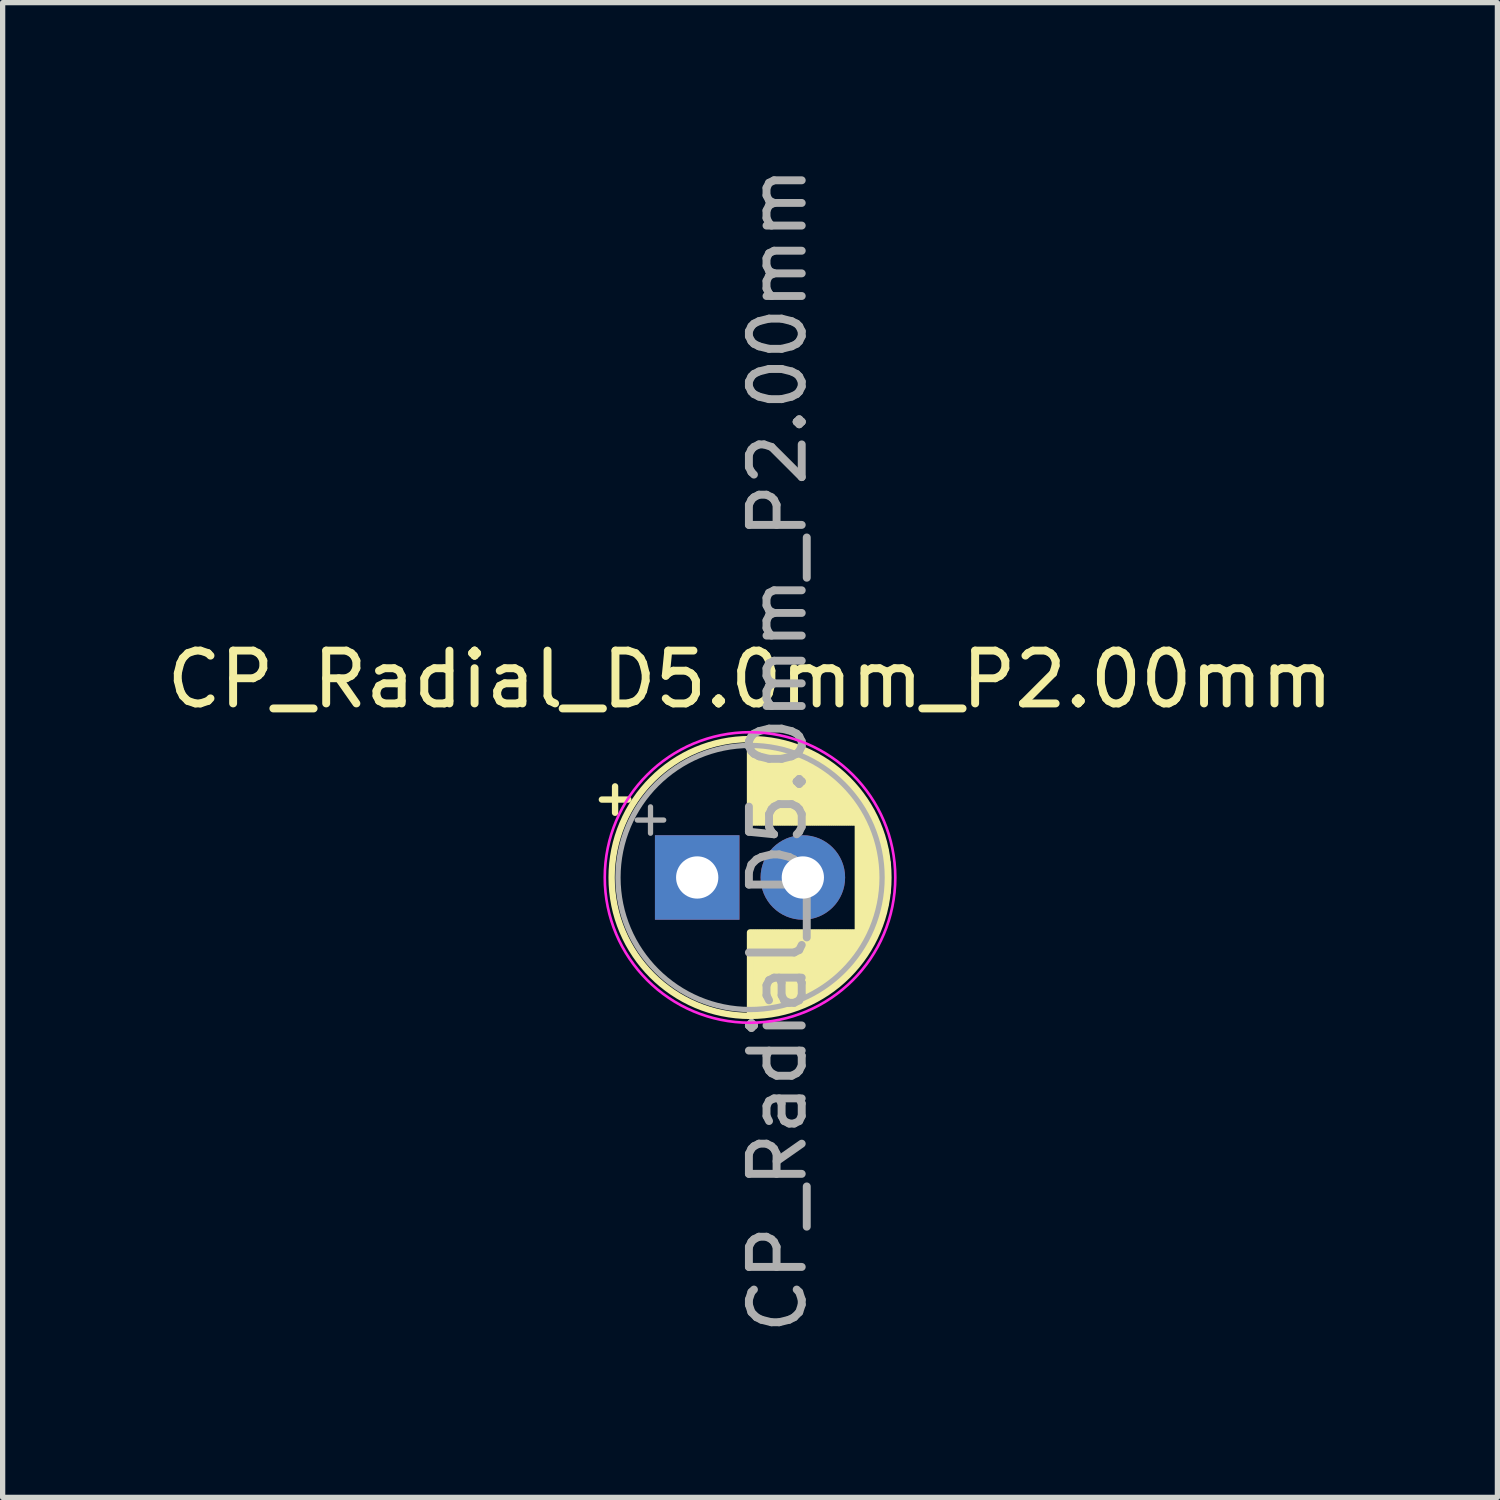
<source format=kicad_pcb>
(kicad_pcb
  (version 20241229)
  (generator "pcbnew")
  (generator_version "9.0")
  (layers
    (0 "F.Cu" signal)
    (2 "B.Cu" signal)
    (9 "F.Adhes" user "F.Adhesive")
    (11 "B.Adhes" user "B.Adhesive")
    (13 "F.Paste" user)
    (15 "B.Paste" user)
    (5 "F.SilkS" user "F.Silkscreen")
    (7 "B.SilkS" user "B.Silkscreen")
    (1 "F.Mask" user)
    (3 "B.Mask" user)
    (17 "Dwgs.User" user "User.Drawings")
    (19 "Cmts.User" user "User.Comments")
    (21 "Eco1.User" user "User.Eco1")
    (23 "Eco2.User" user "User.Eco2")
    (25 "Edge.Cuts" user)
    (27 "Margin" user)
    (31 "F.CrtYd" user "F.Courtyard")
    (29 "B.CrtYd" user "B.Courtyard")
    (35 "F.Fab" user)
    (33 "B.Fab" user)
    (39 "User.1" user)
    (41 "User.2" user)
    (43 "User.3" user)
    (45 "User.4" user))
  (footprint "CP_Radial_D5.0mm_P2.00mm"
    (layer "F.Cu")
    (at 10.149 13.562)
    (property "Reference" "CP_Radial_D5.0mm_P2.00mm" (at 1 -3.75 180) (layer "F.SilkS") (effects (font (size 1 1) (thickness 0.15))))
    (attr through_hole)
    (fp_line (start -1.805 -1.475) (end -1.305 -1.475) (stroke (width 0.12) (type solid)) (layer "F.SilkS"))
    (fp_line (start -1.555 -1.725) (end -1.555 -1.225) (stroke (width 0.12) (type solid)) (layer "F.SilkS"))
    (fp_line (start 1 -2.58) (end 1 -1.04) (stroke (width 0.12) (type solid)) (layer "F.SilkS"))
    (fp_line (start 1 1.04) (end 1 2.58) (stroke (width 0.12) (type solid)) (layer "F.SilkS"))
    (fp_line (start 1.04 -2.58) (end 1.04 -1.04) (stroke (width 0.12) (type solid)) (layer "F.SilkS"))
    (fp_line (start 1.04 1.04) (end 1.04 2.58) (stroke (width 0.12) (type solid)) (layer "F.SilkS"))
    (fp_line (start 1.08 -2.579) (end 1.08 -1.04) (stroke (width 0.12) (type solid)) (layer "F.SilkS"))
    (fp_line (start 1.08 1.04) (end 1.08 2.579) (stroke (width 0.12) (type solid)) (layer "F.SilkS"))
    (fp_line (start 1.12 -2.578) (end 1.12 -1.04) (stroke (width 0.12) (type solid)) (layer "F.SilkS"))
    (fp_line (start 1.12 1.04) (end 1.12 2.578) (stroke (width 0.12) (type solid)) (layer "F.SilkS"))
    (fp_line (start 1.16 -2.576) (end 1.16 -1.04) (stroke (width 0.12) (type solid)) (layer "F.SilkS"))
    (fp_line (start 1.16 1.04) (end 1.16 2.576) (stroke (width 0.12) (type solid)) (layer "F.SilkS"))
    (fp_line (start 1.2 -2.573) (end 1.2 -1.04) (stroke (width 0.12) (type solid)) (layer "F.SilkS"))
    (fp_line (start 1.2 1.04) (end 1.2 2.573) (stroke (width 0.12) (type solid)) (layer "F.SilkS"))
    (fp_line (start 1.24 -2.569) (end 1.24 -1.04) (stroke (width 0.12) (type solid)) (layer "F.SilkS"))
    (fp_line (start 1.24 1.04) (end 1.24 2.569) (stroke (width 0.12) (type solid)) (layer "F.SilkS"))
    (fp_line (start 1.28 -2.565) (end 1.28 -1.04) (stroke (width 0.12) (type solid)) (layer "F.SilkS"))
    (fp_line (start 1.28 1.04) (end 1.28 2.565) (stroke (width 0.12) (type solid)) (layer "F.SilkS"))
    (fp_line (start 1.32 -2.561) (end 1.32 -1.04) (stroke (width 0.12) (type solid)) (layer "F.SilkS"))
    (fp_line (start 1.32 1.04) (end 1.32 2.561) (stroke (width 0.12) (type solid)) (layer "F.SilkS"))
    (fp_line (start 1.36 -2.556) (end 1.36 -1.04) (stroke (width 0.12) (type solid)) (layer "F.SilkS"))
    (fp_line (start 1.36 1.04) (end 1.36 2.556) (stroke (width 0.12) (type solid)) (layer "F.SilkS"))
    (fp_line (start 1.4 -2.55) (end 1.4 -1.04) (stroke (width 0.12) (type solid)) (layer "F.SilkS"))
    (fp_line (start 1.4 1.04) (end 1.4 2.55) (stroke (width 0.12) (type solid)) (layer "F.SilkS"))
    (fp_line (start 1.44 -2.543) (end 1.44 -1.04) (stroke (width 0.12) (type solid)) (layer "F.SilkS"))
    (fp_line (start 1.44 1.04) (end 1.44 2.543) (stroke (width 0.12) (type solid)) (layer "F.SilkS"))
    (fp_line (start 1.48 -2.536) (end 1.48 -1.04) (stroke (width 0.12) (type solid)) (layer "F.SilkS"))
    (fp_line (start 1.48 1.04) (end 1.48 2.536) (stroke (width 0.12) (type solid)) (layer "F.SilkS"))
    (fp_line (start 1.52 -2.528) (end 1.52 -1.04) (stroke (width 0.12) (type solid)) (layer "F.SilkS"))
    (fp_line (start 1.52 1.04) (end 1.52 2.528) (stroke (width 0.12) (type solid)) (layer "F.SilkS"))
    (fp_line (start 1.56 -2.52) (end 1.56 -1.04) (stroke (width 0.12) (type solid)) (layer "F.SilkS"))
    (fp_line (start 1.56 1.04) (end 1.56 2.52) (stroke (width 0.12) (type solid)) (layer "F.SilkS"))
    (fp_line (start 1.6 -2.511) (end 1.6 -1.04) (stroke (width 0.12) (type solid)) (layer "F.SilkS"))
    (fp_line (start 1.6 1.04) (end 1.6 2.511) (stroke (width 0.12) (type solid)) (layer "F.SilkS"))
    (fp_line (start 1.64 -2.501) (end 1.64 -1.04) (stroke (width 0.12) (type solid)) (layer "F.SilkS"))
    (fp_line (start 1.64 1.04) (end 1.64 2.501) (stroke (width 0.12) (type solid)) (layer "F.SilkS"))
    (fp_line (start 1.68 -2.491) (end 1.68 -1.04) (stroke (width 0.12) (type solid)) (layer "F.SilkS"))
    (fp_line (start 1.68 1.04) (end 1.68 2.491) (stroke (width 0.12) (type solid)) (layer "F.SilkS"))
    (fp_line (start 1.721 -2.48) (end 1.721 -1.04) (stroke (width 0.12) (type solid)) (layer "F.SilkS"))
    (fp_line (start 1.721 1.04) (end 1.721 2.48) (stroke (width 0.12) (type solid)) (layer "F.SilkS"))
    (fp_line (start 1.761 -2.468) (end 1.761 -1.04) (stroke (width 0.12) (type solid)) (layer "F.SilkS"))
    (fp_line (start 1.761 1.04) (end 1.761 2.468) (stroke (width 0.12) (type solid)) (layer "F.SilkS"))
    (fp_line (start 1.801 -2.455) (end 1.801 -1.04) (stroke (width 0.12) (type solid)) (layer "F.SilkS"))
    (fp_line (start 1.801 1.04) (end 1.801 2.455) (stroke (width 0.12) (type solid)) (layer "F.SilkS"))
    (fp_line (start 1.841 -2.442) (end 1.841 -1.04) (stroke (width 0.12) (type solid)) (layer "F.SilkS"))
    (fp_line (start 1.841 1.04) (end 1.841 2.442) (stroke (width 0.12) (type solid)) (layer "F.SilkS"))
    (fp_line (start 1.881 -2.428) (end 1.881 -1.04) (stroke (width 0.12) (type solid)) (layer "F.SilkS"))
    (fp_line (start 1.881 1.04) (end 1.881 2.428) (stroke (width 0.12) (type solid)) (layer "F.SilkS"))
    (fp_line (start 1.921 -2.414) (end 1.921 -1.04) (stroke (width 0.12) (type solid)) (layer "F.SilkS"))
    (fp_line (start 1.921 1.04) (end 1.921 2.414) (stroke (width 0.12) (type solid)) (layer "F.SilkS"))
    (fp_line (start 1.961 -2.398) (end 1.961 -1.04) (stroke (width 0.12) (type solid)) (layer "F.SilkS"))
    (fp_line (start 1.961 1.04) (end 1.961 2.398) (stroke (width 0.12) (type solid)) (layer "F.SilkS"))
    (fp_line (start 2.001 -2.382) (end 2.001 -1.04) (stroke (width 0.12) (type solid)) (layer "F.SilkS"))
    (fp_line (start 2.001 1.04) (end 2.001 2.382) (stroke (width 0.12) (type solid)) (layer "F.SilkS"))
    (fp_line (start 2.041 -2.365) (end 2.041 -1.04) (stroke (width 0.12) (type solid)) (layer "F.SilkS"))
    (fp_line (start 2.041 1.04) (end 2.041 2.365) (stroke (width 0.12) (type solid)) (layer "F.SilkS"))
    (fp_line (start 2.081 -2.348) (end 2.081 -1.04) (stroke (width 0.12) (type solid)) (layer "F.SilkS"))
    (fp_line (start 2.081 1.04) (end 2.081 2.348) (stroke (width 0.12) (type solid)) (layer "F.SilkS"))
    (fp_line (start 2.121 -2.329) (end 2.121 -1.04) (stroke (width 0.12) (type solid)) (layer "F.SilkS"))
    (fp_line (start 2.121 1.04) (end 2.121 2.329) (stroke (width 0.12) (type solid)) (layer "F.SilkS"))
    (fp_line (start 2.161 -2.31) (end 2.161 -1.04) (stroke (width 0.12) (type solid)) (layer "F.SilkS"))
    (fp_line (start 2.161 1.04) (end 2.161 2.31) (stroke (width 0.12) (type solid)) (layer "F.SilkS"))
    (fp_line (start 2.201 -2.29) (end 2.201 -1.04) (stroke (width 0.12) (type solid)) (layer "F.SilkS"))
    (fp_line (start 2.201 1.04) (end 2.201 2.29) (stroke (width 0.12) (type solid)) (layer "F.SilkS"))
    (fp_line (start 2.241 -2.268) (end 2.241 -1.04) (stroke (width 0.12) (type solid)) (layer "F.SilkS"))
    (fp_line (start 2.241 1.04) (end 2.241 2.268) (stroke (width 0.12) (type solid)) (layer "F.SilkS"))
    (fp_line (start 2.281 -2.247) (end 2.281 -1.04) (stroke (width 0.12) (type solid)) (layer "F.SilkS"))
    (fp_line (start 2.281 1.04) (end 2.281 2.247) (stroke (width 0.12) (type solid)) (layer "F.SilkS"))
    (fp_line (start 2.321 -2.224) (end 2.321 -1.04) (stroke (width 0.12) (type solid)) (layer "F.SilkS"))
    (fp_line (start 2.321 1.04) (end 2.321 2.224) (stroke (width 0.12) (type solid)) (layer "F.SilkS"))
    (fp_line (start 2.361 -2.2) (end 2.361 -1.04) (stroke (width 0.12) (type solid)) (layer "F.SilkS"))
    (fp_line (start 2.361 1.04) (end 2.361 2.2) (stroke (width 0.12) (type solid)) (layer "F.SilkS"))
    (fp_line (start 2.401 -2.175) (end 2.401 -1.04) (stroke (width 0.12) (type solid)) (layer "F.SilkS"))
    (fp_line (start 2.401 1.04) (end 2.401 2.175) (stroke (width 0.12) (type solid)) (layer "F.SilkS"))
    (fp_line (start 2.441 -2.149) (end 2.441 -1.04) (stroke (width 0.12) (type solid)) (layer "F.SilkS"))
    (fp_line (start 2.441 1.04) (end 2.441 2.149) (stroke (width 0.12) (type solid)) (layer "F.SilkS"))
    (fp_line (start 2.481 -2.122) (end 2.481 -1.04) (stroke (width 0.12) (type solid)) (layer "F.SilkS"))
    (fp_line (start 2.481 1.04) (end 2.481 2.122) (stroke (width 0.12) (type solid)) (layer "F.SilkS"))
    (fp_line (start 2.521 -2.095) (end 2.521 -1.04) (stroke (width 0.12) (type solid)) (layer "F.SilkS"))
    (fp_line (start 2.521 1.04) (end 2.521 2.095) (stroke (width 0.12) (type solid)) (layer "F.SilkS"))
    (fp_line (start 2.561 -2.065) (end 2.561 -1.04) (stroke (width 0.12) (type solid)) (layer "F.SilkS"))
    (fp_line (start 2.561 1.04) (end 2.561 2.065) (stroke (width 0.12) (type solid)) (layer "F.SilkS"))
    (fp_line (start 2.601 -2.035) (end 2.601 -1.04) (stroke (width 0.12) (type solid)) (layer "F.SilkS"))
    (fp_line (start 2.601 1.04) (end 2.601 2.035) (stroke (width 0.12) (type solid)) (layer "F.SilkS"))
    (fp_line (start 2.641 -2.004) (end 2.641 -1.04) (stroke (width 0.12) (type solid)) (layer "F.SilkS"))
    (fp_line (start 2.641 1.04) (end 2.641 2.004) (stroke (width 0.12) (type solid)) (layer "F.SilkS"))
    (fp_line (start 2.681 -1.971) (end 2.681 -1.04) (stroke (width 0.12) (type solid)) (layer "F.SilkS"))
    (fp_line (start 2.681 1.04) (end 2.681 1.971) (stroke (width 0.12) (type solid)) (layer "F.SilkS"))
    (fp_line (start 2.721 -1.937) (end 2.721 -1.04) (stroke (width 0.12) (type solid)) (layer "F.SilkS"))
    (fp_line (start 2.721 1.04) (end 2.721 1.937) (stroke (width 0.12) (type solid)) (layer "F.SilkS"))
    (fp_line (start 2.761 -1.901) (end 2.761 -1.04) (stroke (width 0.12) (type solid)) (layer "F.SilkS"))
    (fp_line (start 2.761 1.04) (end 2.761 1.901) (stroke (width 0.12) (type solid)) (layer "F.SilkS"))
    (fp_line (start 2.801 -1.864) (end 2.801 -1.04) (stroke (width 0.12) (type solid)) (layer "F.SilkS"))
    (fp_line (start 2.801 1.04) (end 2.801 1.864) (stroke (width 0.12) (type solid)) (layer "F.SilkS"))
    (fp_line (start 2.841 -1.826) (end 2.841 -1.04) (stroke (width 0.12) (type solid)) (layer "F.SilkS"))
    (fp_line (start 2.841 1.04) (end 2.841 1.826) (stroke (width 0.12) (type solid)) (layer "F.SilkS"))
    (fp_line (start 2.881 -1.785) (end 2.881 -1.04) (stroke (width 0.12) (type solid)) (layer "F.SilkS"))
    (fp_line (start 2.881 1.04) (end 2.881 1.785) (stroke (width 0.12) (type solid)) (layer "F.SilkS"))
    (fp_line (start 2.921 -1.743) (end 2.921 -1.04) (stroke (width 0.12) (type solid)) (layer "F.SilkS"))
    (fp_line (start 2.921 1.04) (end 2.921 1.743) (stroke (width 0.12) (type solid)) (layer "F.SilkS"))
    (fp_line (start 2.961 -1.699) (end 2.961 -1.04) (stroke (width 0.12) (type solid)) (layer "F.SilkS"))
    (fp_line (start 2.961 1.04) (end 2.961 1.699) (stroke (width 0.12) (type solid)) (layer "F.SilkS"))
    (fp_line (start 3.001 -1.653) (end 3.001 -1.04) (stroke (width 0.12) (type solid)) (layer "F.SilkS"))
    (fp_line (start 3.001 1.04) (end 3.001 1.653) (stroke (width 0.12) (type solid)) (layer "F.SilkS"))
    (fp_line (start 3.041 -1.605) (end 3.041 1.605) (stroke (width 0.12) (type solid)) (layer "F.SilkS"))
    (fp_line (start 3.081 -1.554) (end 3.081 1.554) (stroke (width 0.12) (type solid)) (layer "F.SilkS"))
    (fp_line (start 3.121 -1.5) (end 3.121 1.5) (stroke (width 0.12) (type solid)) (layer "F.SilkS"))
    (fp_line (start 3.161 -1.443) (end 3.161 1.443) (stroke (width 0.12) (type solid)) (layer "F.SilkS"))
    (fp_line (start 3.201 -1.383) (end 3.201 1.383) (stroke (width 0.12) (type solid)) (layer "F.SilkS"))
    (fp_line (start 3.241 -1.319) (end 3.241 1.319) (stroke (width 0.12) (type solid)) (layer "F.SilkS"))
    (fp_line (start 3.281 -1.251) (end 3.281 1.251) (stroke (width 0.12) (type solid)) (layer "F.SilkS"))
    (fp_line (start 3.321 -1.178) (end 3.321 1.178) (stroke (width 0.12) (type solid)) (layer "F.SilkS"))
    (fp_line (start 3.361 -1.098) (end 3.361 1.098) (stroke (width 0.12) (type solid)) (layer "F.SilkS"))
    (fp_line (start 3.401 -1.011) (end 3.401 1.011) (stroke (width 0.12) (type solid)) (layer "F.SilkS"))
    (fp_line (start 3.441 -0.915) (end 3.441 0.915) (stroke (width 0.12) (type solid)) (layer "F.SilkS"))
    (fp_line (start 3.481 -0.805) (end 3.481 0.805) (stroke (width 0.12) (type solid)) (layer "F.SilkS"))
    (fp_line (start 3.521 -0.677) (end 3.521 0.677) (stroke (width 0.12) (type solid)) (layer "F.SilkS"))
    (fp_line (start 3.561 -0.518) (end 3.561 0.518) (stroke (width 0.12) (type solid)) (layer "F.SilkS"))
    (fp_line (start 3.601 -0.284) (end 3.601 0.284) (stroke (width 0.12) (type solid)) (layer "F.SilkS"))
    (fp_circle (center 1 0) (end 3.62 0) (stroke (width 0.12) (type solid)) (fill no) (layer "F.SilkS"))
    (fp_circle (center 1 0) (end 3.75 0) (stroke (width 0.05) (type solid)) (fill no) (layer "F.CrtYd"))
    (fp_line (start -1.134 -1.087) (end -0.634 -1.087) (stroke (width 0.1) (type solid)) (layer "F.Fab"))
    (fp_line (start -0.884 -1.337) (end -0.884 -0.838) (stroke (width 0.1) (type solid)) (layer "F.Fab"))
    (fp_circle (center 1 0) (end 3.5 0) (stroke (width 0.1) (type solid)) (fill no) (layer "F.Fab"))
    (fp_text user "${REFERENCE}" (at 1.524 -2.413 270) (layer "F.Fab") (effects (font (size 1 1) (thickness 0.15))))
    (pad "1" thru_hole rect (at 0 0) (size 1.6 1.6) (drill 0.8) (layers "*.Cu" "*.Mask"))
    (pad "2" thru_hole circle (at 2 0) (size 1.6 1.6) (drill 0.8) (layers "*.Cu" "*.Mask")))
  (gr_rect
    (start -3 -3)
    (end 25.298 25.298)
    (stroke (width 0.1) (type default))
    (fill no)
    (layer "Edge.Cuts")))
</source>
